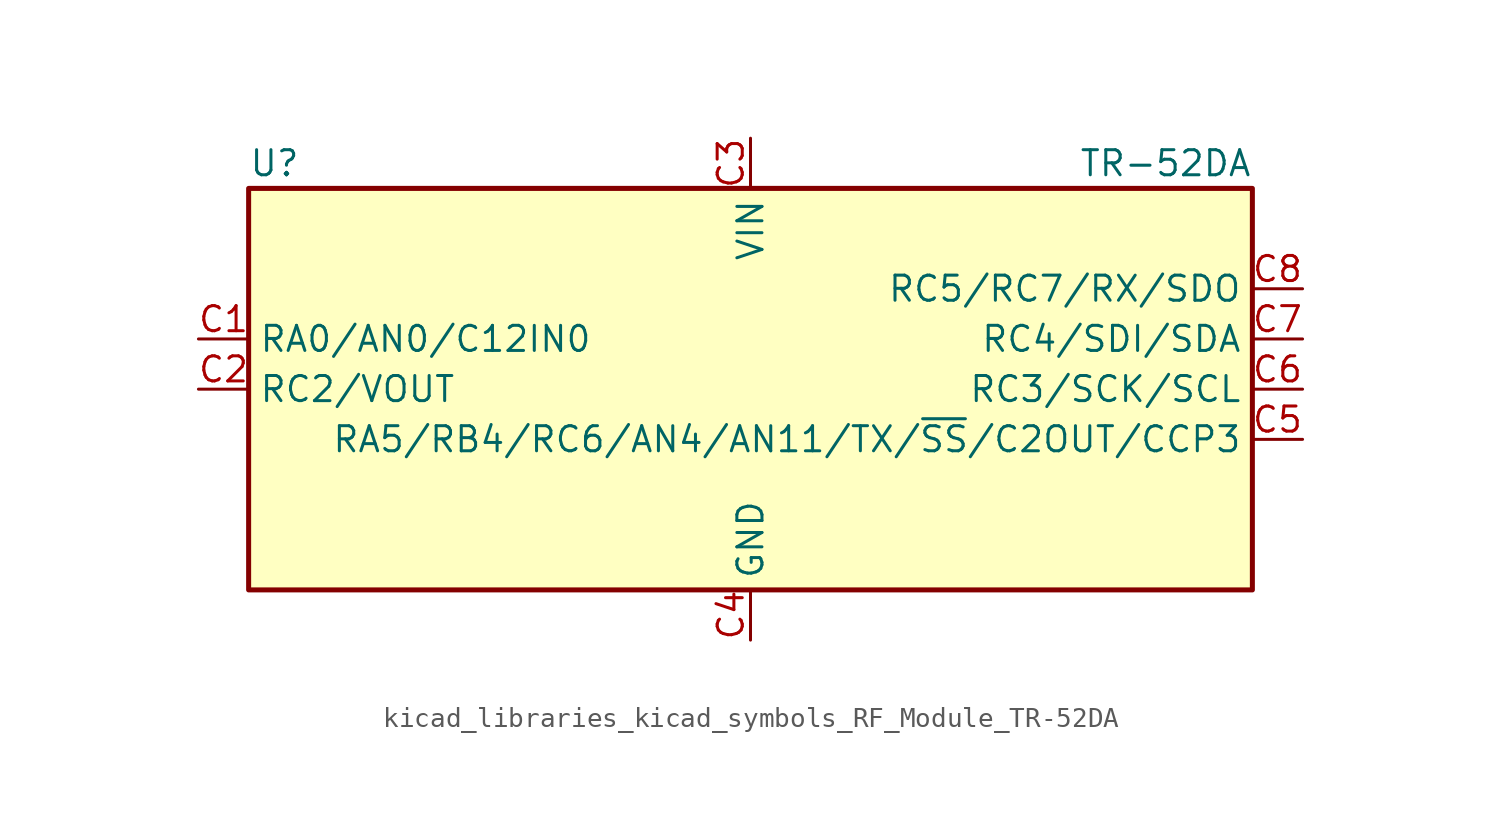
<source format=kicad_sym>
(kicad_symbol_lib
  (version 20220914)
  (generator kicad_symbol_editor)
  (symbol "kicad_libraries_kicad_symbols_RF_Module_TR-52DA"
    (property "Reference" "U"
      (at -25.4 11.43 0)
      (effects (font (size 1.27 1.27)) (justify left)))
    (property "Value" "TR-52DA"
      (at 25.4 11.43 0)
      (effects (font (size 1.27 1.27)) (justify right)))
    (symbol "kicad_libraries_kicad_symbols_RF_Module_TR-52DA_0_1"
      (rectangle (start -25.4 10.16) (end 25.4 -10.16) (stroke (width 0.254) (type default)) (fill (type background))))
    (symbol "kicad_libraries_kicad_symbols_RF_Module_TR-52DA_1_1"
      (pin bidirectional line (at -27.94 2.54 0) (length 2.54) (name "RA0/AN0/C12IN0" (effects (font (size 1.27 1.27)))) (number "C1" (effects (font (size 1.27 1.27)))))
      (pin bidirectional line (at -27.94 0 0) (length 2.54) (name "RC2/VOUT" (effects (font (size 1.27 1.27)))) (number "C2" (effects (font (size 1.27 1.27)))))
      (pin power_in line (at 0 12.7 270) (length 2.54) (name "VIN" (effects (font (size 1.27 1.27)))) (number "C3" (effects (font (size 1.27 1.27)))))
      (pin power_in line (at 0 -12.7 90) (length 2.54) (name "GND" (effects (font (size 1.27 1.27)))) (number "C4" (effects (font (size 1.27 1.27)))))
      (pin bidirectional line (at 27.94 -2.54 180) (length 2.54) (name "RA5/RB4/RC6/AN4/AN11/TX/~{SS}/C2OUT/CCP3" (effects (font (size 1.27 1.27)))) (number "C5" (effects (font (size 1.27 1.27)))))
      (pin bidirectional line (at 27.94 0 180) (length 2.54) (name "RC3/SCK/SCL" (effects (font (size 1.27 1.27)))) (number "C6" (effects (font (size 1.27 1.27)))))
      (pin bidirectional line (at 27.94 2.54 180) (length 2.54) (name "RC4/SDI/SDA" (effects (font (size 1.27 1.27)))) (number "C7" (effects (font (size 1.27 1.27)))))
      (pin bidirectional line (at 27.94 5.08 180) (length 2.54) (name "RC5/RC7/RX/SDO" (effects (font (size 1.27 1.27)))) (number "C8" (effects (font (size 1.27 1.27))))))))
</source>
